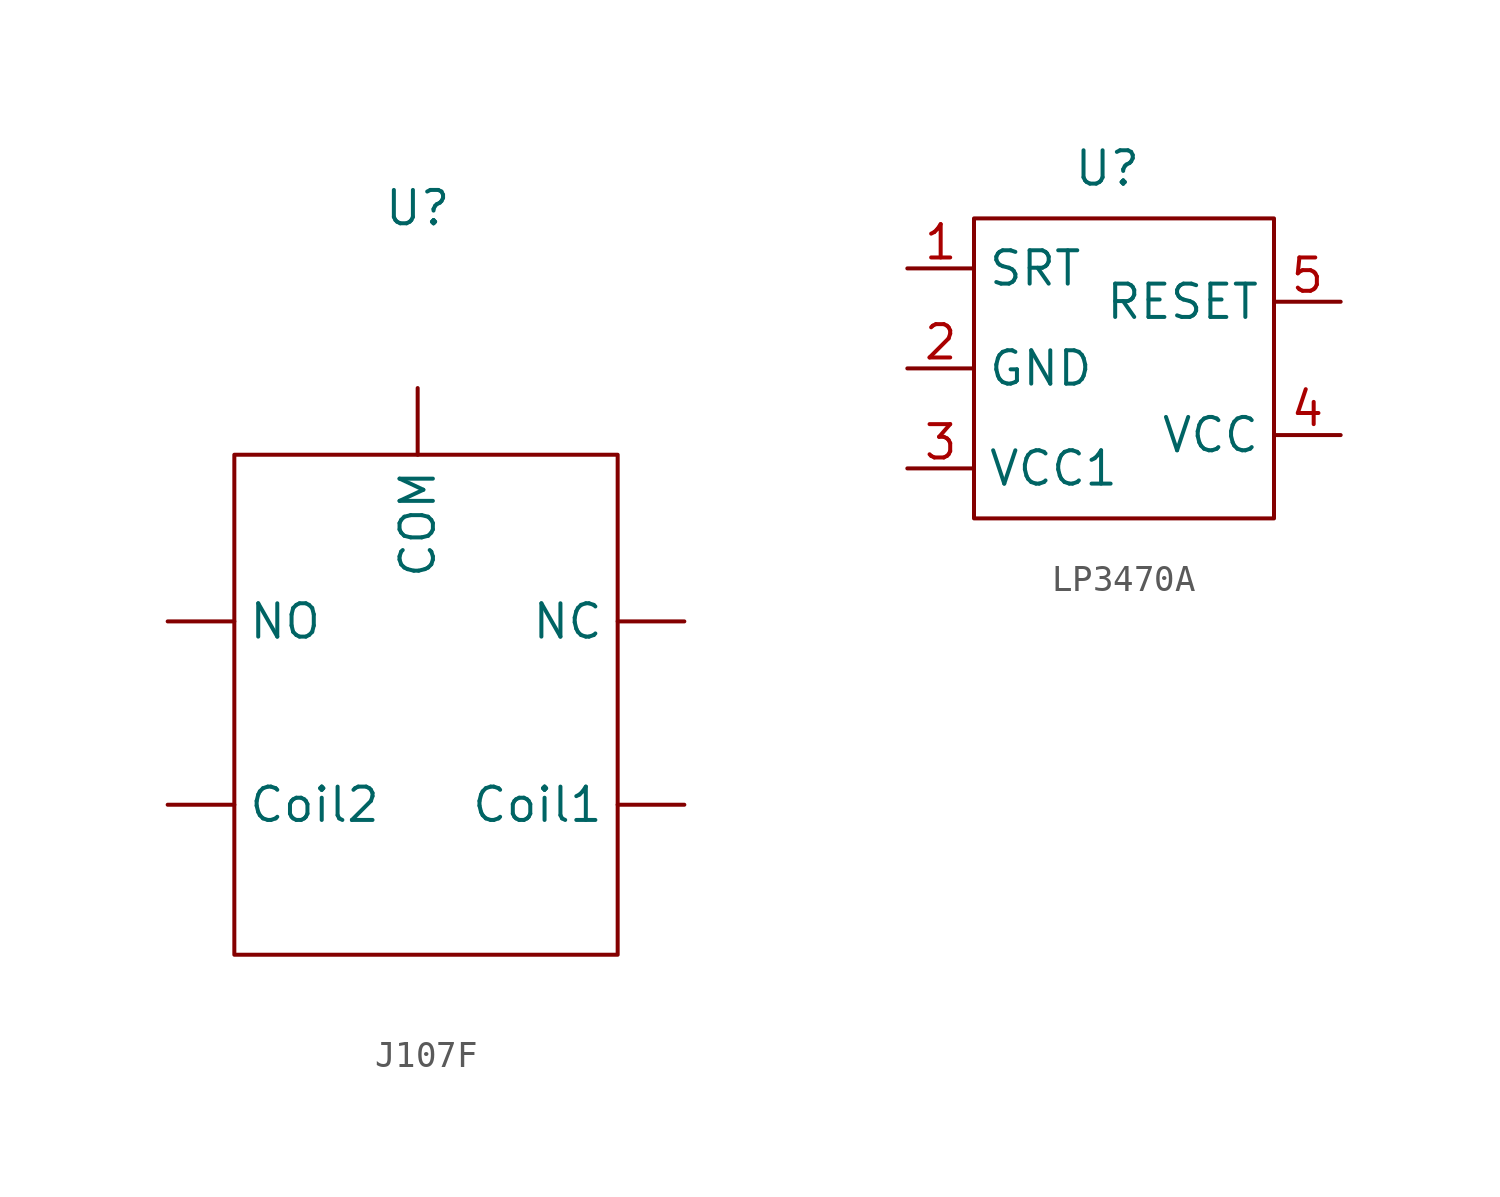
<source format=kicad_sym>
(kicad_symbol_lib
  (version 20231120)
  (generator "kicad_symbol_editor")
  (generator_version "8.0")
  (symbol "J107F"
    (property "Reference" "U"
      (at 0 5.588 0)
      (effects (font (size 1.27 1.27))))
    (property "Value" ""
      (at -1.27 0 0)
      (effects (font (size 1.27 1.27))))
    (symbol "J107F_0_1"
      (rectangle (start -6.985 -3.81) (end 7.62 -22.86) (stroke (width 0) (type default)) (fill (type none))))
    (symbol "J107F_1_1"
      (pin input line (at 0 -1.27 270) (length 2.54) (name "COM" (effects (font (size 1.27 1.27)))) (number "" (effects (font (size 1.27 1.27)))))
      (pin input line (at 10.16 -17.145 180) (length 2.54) (name "Coil1" (effects (font (size 1.27 1.27)))) (number "" (effects (font (size 1.27 1.27)))))
      (pin input line (at -9.525 -17.145 0) (length 2.54) (name "Coil2" (effects (font (size 1.27 1.27)))) (number "" (effects (font (size 1.27 1.27)))))
      (pin input line (at 10.16 -10.16 180) (length 2.54) (name "NC" (effects (font (size 1.27 1.27)))) (number "" (effects (font (size 1.27 1.27)))))
      (pin input line (at -9.525 -10.16 0) (length 2.54) (name "NO" (effects (font (size 1.27 1.27)))) (number "" (effects (font (size 1.27 1.27)))))))
  (symbol "LP3470A"
    (property "Reference" "U"
      (at 0 0 0)
      (effects (font (size 1.27 1.27))))
    (property "Value" ""
      (at 0 0 0)
      (effects (font (size 1.27 1.27))))
    (symbol "LP3470A_0_1"
      (rectangle (start -5.08 -1.905) (end 6.35 -13.335) (stroke (width 0) (type default)) (fill (type none))))
    (symbol "LP3470A_1_1"
      (pin input line (at -7.62 -3.81 0) (length 2.54) (name "SRT" (effects (font (size 1.27 1.27)))) (number "1" (effects (font (size 1.27 1.27)))))
      (pin input line (at -7.62 -7.62 0) (length 2.54) (name "GND" (effects (font (size 1.27 1.27)))) (number "2" (effects (font (size 1.27 1.27)))))
      (pin input line (at -7.62 -11.43 0) (length 2.54) (name "VCC1" (effects (font (size 1.27 1.27)))) (number "3" (effects (font (size 1.27 1.27)))))
      (pin input line (at 8.89 -10.16 180) (length 2.54) (name "VCC" (effects (font (size 1.27 1.27)))) (number "4" (effects (font (size 1.27 1.27)))))
      (pin input line (at 8.89 -5.08 180) (length 2.54) (name "RESET" (effects (font (size 1.27 1.27)))) (number "5" (effects (font (size 1.27 1.27))))))))
</source>
